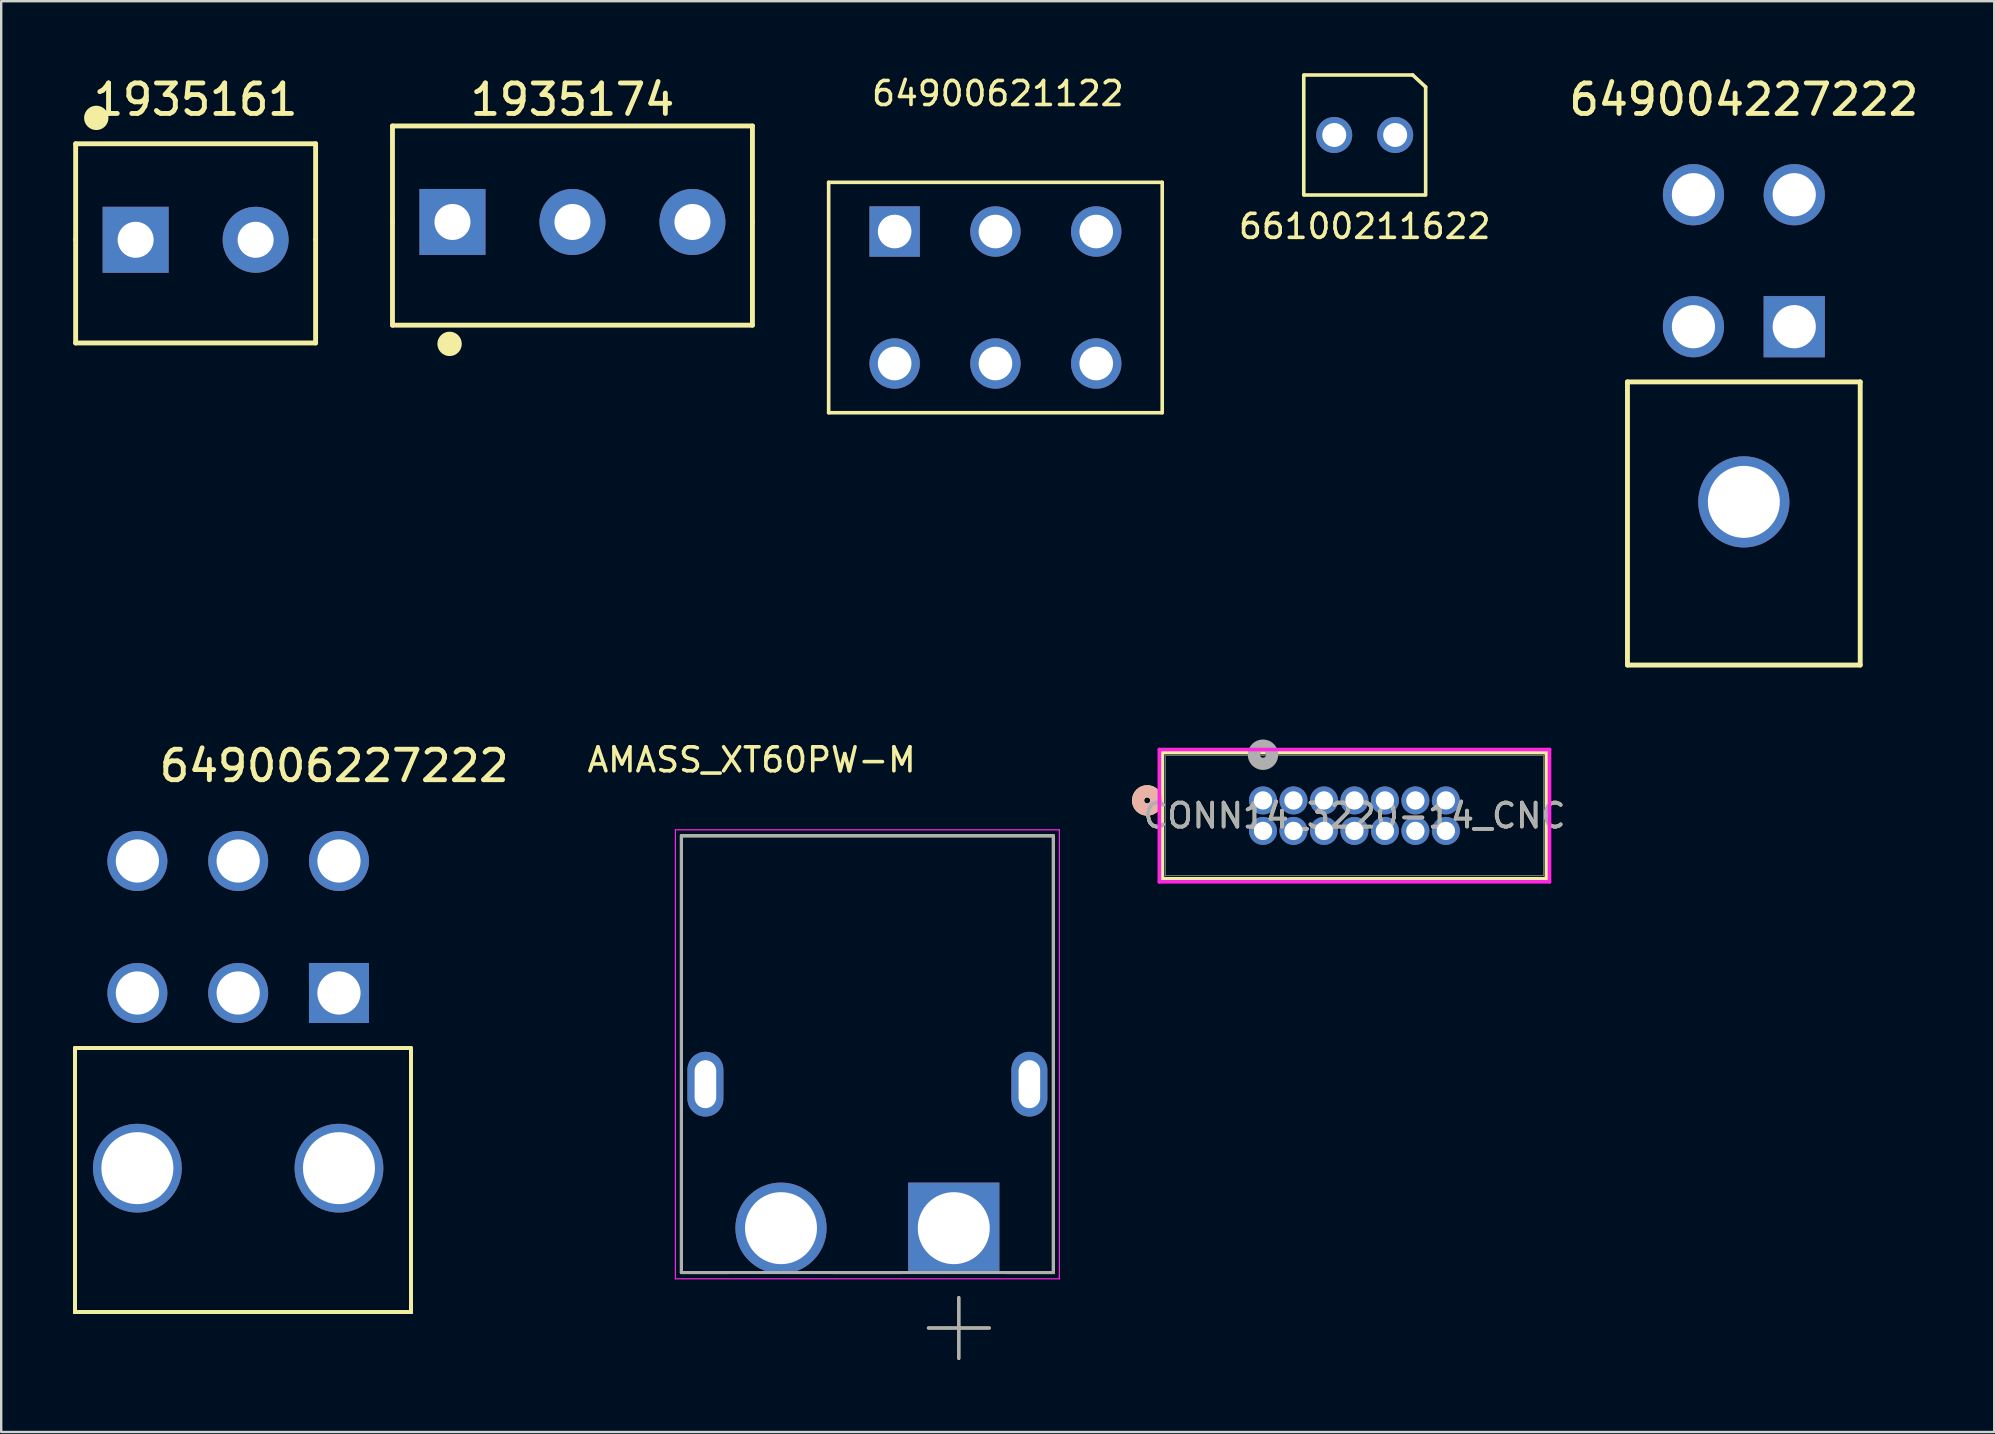
<source format=kicad_pcb>
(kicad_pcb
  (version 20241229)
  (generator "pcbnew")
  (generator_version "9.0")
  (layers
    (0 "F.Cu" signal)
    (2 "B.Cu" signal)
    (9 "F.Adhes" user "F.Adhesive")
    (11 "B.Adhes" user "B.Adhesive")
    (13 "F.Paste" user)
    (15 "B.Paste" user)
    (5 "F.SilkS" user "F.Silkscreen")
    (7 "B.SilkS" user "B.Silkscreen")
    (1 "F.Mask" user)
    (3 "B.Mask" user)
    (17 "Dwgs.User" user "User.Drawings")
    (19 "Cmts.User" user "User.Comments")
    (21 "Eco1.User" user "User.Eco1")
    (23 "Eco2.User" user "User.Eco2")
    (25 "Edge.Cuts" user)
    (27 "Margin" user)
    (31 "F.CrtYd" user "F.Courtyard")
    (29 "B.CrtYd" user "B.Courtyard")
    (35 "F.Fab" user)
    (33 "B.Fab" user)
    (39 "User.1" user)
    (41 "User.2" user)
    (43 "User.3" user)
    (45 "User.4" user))
  (footprint "1935174"
    (layer "F.Cu")
    (at 23.305 6.2)
    (property "Reference" "1935174" (at -2.5 -5.1 0) (layer "F.SilkS") (effects (font (size 1.27 1.27) (thickness 0.203))))
    (attr through_hole)
    (fp_line (start -10 -4) (end -10 0) (stroke (width 0.203) (type solid)) (layer "F.SilkS"))
    (fp_line (start -10 0) (end -10 4.3) (stroke (width 0.203) (type solid)) (layer "F.SilkS"))
    (fp_line (start -10 4.3) (end 5 4.3) (stroke (width 0.203) (type solid)) (layer "F.SilkS"))
    (fp_line (start 5 -4) (end -10 -4) (stroke (width 0.203) (type solid)) (layer "F.SilkS"))
    (fp_line (start 5 0) (end 5 -4) (stroke (width 0.203) (type solid)) (layer "F.SilkS"))
    (fp_line (start 5 4.3) (end 5 0) (stroke (width 0.203) (type solid)) (layer "F.SilkS"))
    (fp_circle (center -7.62 5.08) (end -7.366 5.08) (stroke (width 0.508) (type solid)) (fill no) (layer "F.SilkS"))
    (pad "1" thru_hole rect (at -7.5 0) (size 2.75 2.75) (drill 1.5) (layers "*.Cu" "*.Mask"))
    (pad "2" thru_hole circle (at -2.5 0) (size 2.75 2.75) (drill 1.5) (layers "*.Cu" "*.Mask"))
    (pad "3" thru_hole circle (at 2.5 0) (size 2.75 2.75) (drill 1.5) (layers "*.Cu" "*.Mask")))
  (footprint "1935161"
    (layer "F.Cu")
    (at 5.102 6.942)
    (property "Reference" "1935161" (at 0 -5.842 0) (layer "F.SilkS") (effects (font (size 1.27 1.27) (thickness 0.203))))
    (attr through_hole)
    (fp_line (start -5 -4) (end -5 0) (stroke (width 0.203) (type solid)) (layer "F.SilkS"))
    (fp_line (start -5 0) (end -5 4.3) (stroke (width 0.203) (type solid)) (layer "F.SilkS"))
    (fp_line (start -5 4.3) (end 5 4.3) (stroke (width 0.203) (type solid)) (layer "F.SilkS"))
    (fp_line (start 5 -4) (end -5 -4) (stroke (width 0.203) (type solid)) (layer "F.SilkS"))
    (fp_line (start 5 0) (end 5 -4) (stroke (width 0.203) (type solid)) (layer "F.SilkS"))
    (fp_line (start 5 4.3) (end 5 0) (stroke (width 0.203) (type solid)) (layer "F.SilkS"))
    (fp_circle (center -4.14 -5.08) (end -3.886 -5.08) (stroke (width 0.508) (type solid)) (fill no) (layer "F.SilkS"))
    (pad "1" thru_hole rect (at -2.5 0) (size 2.75 2.75) (drill 1.5) (layers "*.Cu" "*.Mask"))
    (pad "2" thru_hole circle (at 2.5 0) (size 2.75 2.75) (drill 1.5) (layers "*.Cu" "*.Mask")))
  (footprint "64900621122"
    (layer "F.Cu")
    (at 38.431 9.348)
    (property "Reference" "64900621122" (at 0.1 -8.5 0) (layer "F.SilkS") (effects (font (size 1 1) (thickness 0.15))))
    (attr through_hole)
    (fp_line (start -6.95 -4.8) (end 6.95 -4.8) (stroke (width 0.15) (type solid)) (layer "F.SilkS"))
    (fp_line (start -6.95 4.8) (end -6.95 -4.8) (stroke (width 0.15) (type solid)) (layer "F.SilkS"))
    (fp_line (start 6.95 -4.8) (end 6.95 4.8) (stroke (width 0.15) (type solid)) (layer "F.SilkS"))
    (fp_line (start 6.95 4.8) (end -6.95 4.8) (stroke (width 0.15) (type solid)) (layer "F.SilkS"))
    (pad "1" thru_hole rect (at -4.2 -2.75) (size 2.1 2.1) (drill 1.4) (layers "*.Cu" "*.Mask"))
    (pad "2" thru_hole circle (at 0 -2.75) (size 2.1 2.1) (drill 1.4) (layers "*.Cu" "*.Mask"))
    (pad "3" thru_hole circle (at 4.2 -2.75) (size 2.1 2.1) (drill 1.4) (layers "*.Cu" "*.Mask"))
    (pad "4" thru_hole circle (at -4.2 2.75) (size 2.1 2.1) (drill 1.4) (layers "*.Cu" "*.Mask"))
    (pad "5" thru_hole circle (at 0 2.75) (size 2.1 2.1) (drill 1.4) (layers "*.Cu" "*.Mask"))
    (pad "6" thru_hole circle (at 4.2 2.75) (size 2.1 2.1) (drill 1.4) (layers "*.Cu" "*.Mask")))
  (footprint "AMASS_XT60PW-M"
    (layer "F.Cu")
    (at 33.095 42.129)
    (property "Reference" "AMASS_XT60PW-M" (at -4.824 -13.515 0) (layer "F.SilkS") (effects (font (size 1 1) (thickness 0.15))))
    (attr through_hole)
    (fp_line (start -7.75 -10.35) (end -7.75 7.85) (stroke (width 0.127) (type solid)) (layer "F.SilkS"))
    (fp_line (start -7.75 7.85) (end -5.778 7.85) (stroke (width 0.127) (type solid)) (layer "F.SilkS"))
    (fp_line (start -1.422 7.85) (end 1.422 7.85) (stroke (width 0.127) (type solid)) (layer "F.SilkS"))
    (fp_line (start 2.54 10.16) (end 3.81 10.16) (stroke (width 0.127) (type solid)) (layer "F.SilkS"))
    (fp_line (start 3.81 10.16) (end 3.81 8.89) (stroke (width 0.127) (type solid)) (layer "F.SilkS"))
    (fp_line (start 3.81 10.16) (end 3.81 11.43) (stroke (width 0.127) (type solid)) (layer "F.SilkS"))
    (fp_line (start 5.08 10.16) (end 3.81 10.16) (stroke (width 0.127) (type solid)) (layer "F.SilkS"))
    (fp_line (start 7.75 -10.35) (end -7.75 -10.35) (stroke (width 0.127) (type solid)) (layer "F.SilkS"))
    (fp_line (start 7.75 7.85) (end 5.778 7.85) (stroke (width 0.127) (type solid)) (layer "F.SilkS"))
    (fp_line (start 7.75 7.85) (end 7.75 -10.35) (stroke (width 0.127) (type solid)) (layer "F.SilkS"))
    (fp_line (start -8 -10.6) (end -8 8.11) (stroke (width 0.05) (type solid)) (layer "F.CrtYd"))
    (fp_line (start -8 8.11) (end 8 8.11) (stroke (width 0.05) (type solid)) (layer "F.CrtYd"))
    (fp_line (start 8 -10.6) (end -8 -10.6) (stroke (width 0.05) (type solid)) (layer "F.CrtYd"))
    (fp_line (start 8 8.11) (end 8 -10.6) (stroke (width 0.05) (type solid)) (layer "F.CrtYd"))
    (fp_line (start -7.75 -10.35) (end -7.75 7.85) (stroke (width 0.127) (type solid)) (layer "F.Fab"))
    (fp_line (start -7.75 7.85) (end 7.75 7.85) (stroke (width 0.127) (type solid)) (layer "F.Fab"))
    (fp_line (start 2.54 10.16) (end 3.81 10.16) (stroke (width 0.127) (type solid)) (layer "F.Fab"))
    (fp_line (start 3.81 10.16) (end 3.81 8.89) (stroke (width 0.127) (type solid)) (layer "F.Fab"))
    (fp_line (start 3.81 10.16) (end 3.81 11.43) (stroke (width 0.127) (type solid)) (layer "F.Fab"))
    (fp_line (start 5.08 10.16) (end 3.81 10.16) (stroke (width 0.127) (type solid)) (layer "F.Fab"))
    (fp_line (start 7.75 -10.35) (end -7.75 -10.35) (stroke (width 0.127) (type solid)) (layer "F.Fab"))
    (fp_line (start 7.75 7.85) (end 7.75 -10.35) (stroke (width 0.127) (type solid)) (layer "F.Fab"))
    (pad "1" thru_hole rect (at 3.6 6) (size 3.8 3.8) (drill 3) (layers "*.Cu" "*.Mask"))
    (pad "2" thru_hole circle (at -3.6 6) (size 3.8 3.8) (drill 3) (layers "*.Cu" "*.Mask"))
    (pad "S1" thru_hole oval (at 6.75 0) (size 1.5 2.7) (drill oval 0.9 2) (layers "*.Cu" "*.Mask"))
    (pad "S2" thru_hole oval (at -6.75 0) (size 1.5 2.7) (drill oval 0.9 2) (layers "*.Cu" "*.Mask")))
  (footprint "649004227222"
    (layer "F.Cu")
    (at 69.618 17.864)
    (property "Reference" "649004227222" (at 0 -16.764 0) (layer "F.SilkS") (effects (font (size 1.27 1.27) (thickness 0.203))))
    (attr through_hole)
    (fp_line (start -4.85 -5) (end -4.85 6.8) (stroke (width 0.203) (type solid)) (layer "F.SilkS"))
    (fp_line (start -4.85 -5) (end 4.85 -5) (stroke (width 0.203) (type solid)) (layer "F.SilkS"))
    (fp_line (start -4.85 6.8) (end 4.85 6.8) (stroke (width 0.203) (type solid)) (layer "F.SilkS"))
    (fp_line (start 4.85 -5) (end 4.85 6.8) (stroke (width 0.203) (type solid)) (layer "F.SilkS"))
    (pad "1" thru_hole rect (at 2.1 -7.3) (size 2.55 2.55) (drill 1.8) (layers "*.Cu" "*.Mask"))
    (pad "2" thru_hole circle (at -2.1 -7.3) (size 2.55 2.55) (drill 1.8) (layers "*.Cu" "*.Mask"))
    (pad "3" thru_hole circle (at 2.1 -12.8) (size 2.55 2.55) (drill 1.8) (layers "*.Cu" "*.Mask"))
    (pad "4" thru_hole circle (at -2.1 -12.8) (size 2.55 2.55) (drill 1.8) (layers "*.Cu" "*.Mask"))
    (pad "5" thru_hole circle (at 0 0) (size 3.8 3.8) (drill 3) (layers "*.Cu" "*.Mask")))
  (footprint "66100211622"
    (layer "F.Cu")
    (at 53.819 2.575)
    (property "Reference" "66100211622" (at 0 3.81 0) (layer "F.SilkS") (effects (font (size 1 1) (thickness 0.15))))
    (attr through_hole)
    (fp_line (start -2.54 2.5) (end -2.54 -2.5) (stroke (width 0.15) (type solid)) (layer "F.SilkS"))
    (fp_line (start -2.5 -2.5) (end 2 -2.5) (stroke (width 0.15) (type solid)) (layer "F.SilkS"))
    (fp_line (start 2 -2.5) (end 2.54 -2) (stroke (width 0.15) (type solid)) (layer "F.SilkS"))
    (fp_line (start 2.5 2.5) (end -2.5 2.5) (stroke (width 0.15) (type solid)) (layer "F.SilkS"))
    (fp_line (start 2.54 -2) (end 2.54 2.5) (stroke (width 0.15) (type solid)) (layer "F.SilkS"))
    (pad "1" thru_hole circle (at -1.27 0) (size 1.5 1.5) (drill 1) (layers "*.Cu" "*.Mask"))
    (pad "2" thru_hole circle (at 1.27 0) (size 1.5 1.5) (drill 1) (layers "*.Cu" "*.Mask")))
  (footprint "CONN14_3220-14_CNC"
    (layer "F.Cu")
    (at 49.581 30.305)
    (property "Reference" "CONN14_3220-14_CNC" (at 3.81 0.635 0) (unlocked yes) (layer "F.SilkS") (effects (font (size 1 1) (thickness 0.15))))
    (attr through_hole)
    (fp_line (start -4.191 -1.994) (end -4.191 3.264) (stroke (width 0.152) (type solid)) (layer "F.SilkS"))
    (fp_line (start -4.191 3.264) (end 11.811 3.264) (stroke (width 0.152) (type solid)) (layer "F.SilkS"))
    (fp_line (start 11.811 -1.994) (end -4.191 -1.994) (stroke (width 0.152) (type solid)) (layer "F.SilkS"))
    (fp_line (start 11.811 3.264) (end 11.811 -1.994) (stroke (width 0.152) (type solid)) (layer "F.SilkS"))
    (fp_circle (center -4.826 0) (end -4.445 0) (stroke (width 0.508) (type solid)) (fill no) (layer "F.SilkS"))
    (fp_circle (center -4.826 0) (end -4.445 0) (stroke (width 0.508) (type solid)) (fill no) (layer "B.SilkS"))
    (fp_line (start -4.318 -2.121) (end -4.318 3.391) (stroke (width 0.152) (type solid)) (layer "F.CrtYd"))
    (fp_line (start -4.318 3.391) (end 11.938 3.391) (stroke (width 0.152) (type solid)) (layer "F.CrtYd"))
    (fp_line (start 11.938 -2.121) (end -4.318 -2.121) (stroke (width 0.152) (type solid)) (layer "F.CrtYd"))
    (fp_line (start 11.938 3.391) (end 11.938 -2.121) (stroke (width 0.152) (type solid)) (layer "F.CrtYd"))
    (fp_line (start -4.064 -1.867) (end -4.064 3.137) (stroke (width 0.025) (type solid)) (layer "F.Fab"))
    (fp_line (start -4.064 3.137) (end 11.684 3.137) (stroke (width 0.025) (type solid)) (layer "F.Fab"))
    (fp_line (start 11.684 -1.867) (end -4.064 -1.867) (stroke (width 0.025) (type solid)) (layer "F.Fab"))
    (fp_line (start 11.684 3.137) (end 11.684 -1.867) (stroke (width 0.025) (type solid)) (layer "F.Fab"))
    (fp_circle (center 0 -1.905) (end 0.381 -1.905) (stroke (width 0.508) (type solid)) (fill no) (layer "F.Fab"))
    (fp_text user "${REFERENCE}" (at 3.81 0.635 0) (unlocked yes) (layer "F.Fab") (effects (font (size 1 1) (thickness 0.15))))
    (pad "1" thru_hole circle (at 0 0) (size 1.168 1.168) (drill 0.762) (layers "*.Cu" "*.Mask"))
    (pad "2" thru_hole circle (at 0 1.27) (size 1.168 1.168) (drill 0.762) (layers "*.Cu" "*.Mask"))
    (pad "3" thru_hole circle (at 1.27 0) (size 1.168 1.168) (drill 0.762) (layers "*.Cu" "*.Mask"))
    (pad "4" thru_hole circle (at 1.27 1.27) (size 1.168 1.168) (drill 0.762) (layers "*.Cu" "*.Mask"))
    (pad "5" thru_hole circle (at 2.54 0) (size 1.168 1.168) (drill 0.762) (layers "*.Cu" "*.Mask"))
    (pad "6" thru_hole circle (at 2.54 1.27) (size 1.168 1.168) (drill 0.762) (layers "*.Cu" "*.Mask"))
    (pad "7" thru_hole circle (at 3.81 0) (size 1.168 1.168) (drill 0.762) (layers "*.Cu" "*.Mask"))
    (pad "8" thru_hole circle (at 3.81 1.27) (size 1.168 1.168) (drill 0.762) (layers "*.Cu" "*.Mask"))
    (pad "9" thru_hole circle (at 5.08 0) (size 1.168 1.168) (drill 0.762) (layers "*.Cu" "*.Mask"))
    (pad "10" thru_hole circle (at 5.08 1.27) (size 1.168 1.168) (drill 0.762) (layers "*.Cu" "*.Mask"))
    (pad "11" thru_hole circle (at 6.35 0) (size 1.168 1.168) (drill 0.762) (layers "*.Cu" "*.Mask"))
    (pad "12" thru_hole circle (at 6.35 1.27) (size 1.168 1.168) (drill 0.762) (layers "*.Cu" "*.Mask"))
    (pad "13" thru_hole circle (at 7.62 0) (size 1.168 1.168) (drill 0.762) (layers "*.Cu" "*.Mask"))
    (pad "14" thru_hole circle (at 7.62 1.27) (size 1.168 1.168) (drill 0.762) (layers "*.Cu" "*.Mask")))
  (footprint "649006227222"
    (layer "F.Cu")
    (at 6.875 45.629)
    (property "Reference" "649006227222" (at 4 -16.764 0) (layer "F.SilkS") (effects (font (size 1.27 1.27) (thickness 0.203))))
    (attr through_hole)
    (fp_line (start -6.8 6) (end -6.8 -5) (stroke (width 0.15) (type solid)) (layer "F.SilkS"))
    (fp_line (start -6.8 6) (end -6.8 -5) (stroke (width 0.15) (type solid)) (layer "F.SilkS"))
    (fp_line (start -6.8 6) (end -6.8 -5) (stroke (width 0.15) (type solid)) (layer "F.SilkS"))
    (fp_line (start -6.8 6) (end -6.8 -5) (stroke (width 0.15) (type solid)) (layer "F.SilkS"))
    (fp_line (start -6.8 6) (end -6.8 -5) (stroke (width 0.15) (type solid)) (layer "F.SilkS"))
    (fp_line (start -6.8 6) (end -6.8 -5) (stroke (width 0.15) (type solid)) (layer "F.SilkS"))
    (fp_line (start -6.8 6) (end -6.8 -5) (stroke (width 0.15) (type solid)) (layer "F.SilkS"))
    (fp_line (start -6.8 6) (end -6.8 -5) (stroke (width 0.15) (type solid)) (layer "F.SilkS"))
    (fp_line (start 7.2 -5) (end -6.8 -5) (stroke (width 0.15) (type solid)) (layer "F.SilkS"))
    (fp_line (start 7.2 -5) (end -6.8 -5) (stroke (width 0.15) (type solid)) (layer "F.SilkS"))
    (fp_line (start 7.2 -5) (end -6.8 -5) (stroke (width 0.15) (type solid)) (layer "F.SilkS"))
    (fp_line (start 7.2 -5) (end -6.8 -5) (stroke (width 0.15) (type solid)) (layer "F.SilkS"))
    (fp_line (start 7.2 -5) (end -6.8 -5) (stroke (width 0.15) (type solid)) (layer "F.SilkS"))
    (fp_line (start 7.2 -5) (end -6.8 -5) (stroke (width 0.15) (type solid)) (layer "F.SilkS"))
    (fp_line (start 7.2 -5) (end -6.8 -5) (stroke (width 0.15) (type solid)) (layer "F.SilkS"))
    (fp_line (start 7.2 -5) (end -6.8 -5) (stroke (width 0.15) (type solid)) (layer "F.SilkS"))
    (fp_line (start 7.2 -5) (end 7.2 6) (stroke (width 0.15) (type solid)) (layer "F.SilkS"))
    (fp_line (start 7.2 -5) (end 7.2 6) (stroke (width 0.15) (type solid)) (layer "F.SilkS"))
    (fp_line (start 7.2 -5) (end 7.2 6) (stroke (width 0.15) (type solid)) (layer "F.SilkS"))
    (fp_line (start 7.2 -5) (end 7.2 6) (stroke (width 0.15) (type solid)) (layer "F.SilkS"))
    (fp_line (start 7.2 -5) (end 7.2 6) (stroke (width 0.15) (type solid)) (layer "F.SilkS"))
    (fp_line (start 7.2 -5) (end 7.2 6) (stroke (width 0.15) (type solid)) (layer "F.SilkS"))
    (fp_line (start 7.2 -5) (end 7.2 6) (stroke (width 0.15) (type solid)) (layer "F.SilkS"))
    (fp_line (start 7.2 -5) (end 7.2 6) (stroke (width 0.15) (type solid)) (layer "F.SilkS"))
    (fp_line (start 7.2 6) (end -6.8 6) (stroke (width 0.15) (type solid)) (layer "F.SilkS"))
    (fp_line (start 7.2 6) (end -6.8 6) (stroke (width 0.15) (type solid)) (layer "F.SilkS"))
    (fp_line (start 7.2 6) (end -6.8 6) (stroke (width 0.15) (type solid)) (layer "F.SilkS"))
    (fp_line (start 7.2 6) (end -6.8 6) (stroke (width 0.15) (type solid)) (layer "F.SilkS"))
    (fp_line (start 7.2 6) (end -6.8 6) (stroke (width 0.15) (type solid)) (layer "F.SilkS"))
    (fp_line (start 7.2 6) (end -6.8 6) (stroke (width 0.15) (type solid)) (layer "F.SilkS"))
    (fp_line (start 7.2 6) (end -6.8 6) (stroke (width 0.15) (type solid)) (layer "F.SilkS"))
    (fp_line (start 7.2 6) (end -6.8 6) (stroke (width 0.15) (type solid)) (layer "F.SilkS"))
    (pad "1" thru_hole rect (at 4.2 -7.3) (size 2.5 2.5) (drill 1.8) (layers "*.Cu" "*.Mask"))
    (pad "2" thru_hole circle (at 0 -7.3) (size 2.5 2.5) (drill 1.8) (layers "*.Cu" "*.Mask"))
    (pad "3" thru_hole circle (at -4.2 -7.3) (size 2.5 2.5) (drill 1.8) (layers "*.Cu" "*.Mask"))
    (pad "4" thru_hole circle (at 4.2 -12.8) (size 2.5 2.5) (drill 1.8) (layers "*.Cu" "*.Mask"))
    (pad "5" thru_hole circle (at 0 -12.8) (size 2.5 2.5) (drill 1.8) (layers "*.Cu" "*.Mask"))
    (pad "6" thru_hole circle (at -4.2 -12.8) (size 2.5 2.5) (drill 1.8) (layers "*.Cu" "*.Mask"))
    (pad "7" thru_hole circle (at 4.2 0) (size 3.7 3.7) (drill 3) (layers "*.Cu" "*.Mask"))
    (pad "8" thru_hole circle (at -4.2 0) (size 3.7 3.7) (drill 3) (layers "*.Cu" "*.Mask")))
  (gr_rect
    (start -3 -3)
    (end 80.052 56.622)
    (stroke (width 0.1) (type default))
    (fill no)
    (layer "Edge.Cuts")))
</source>
